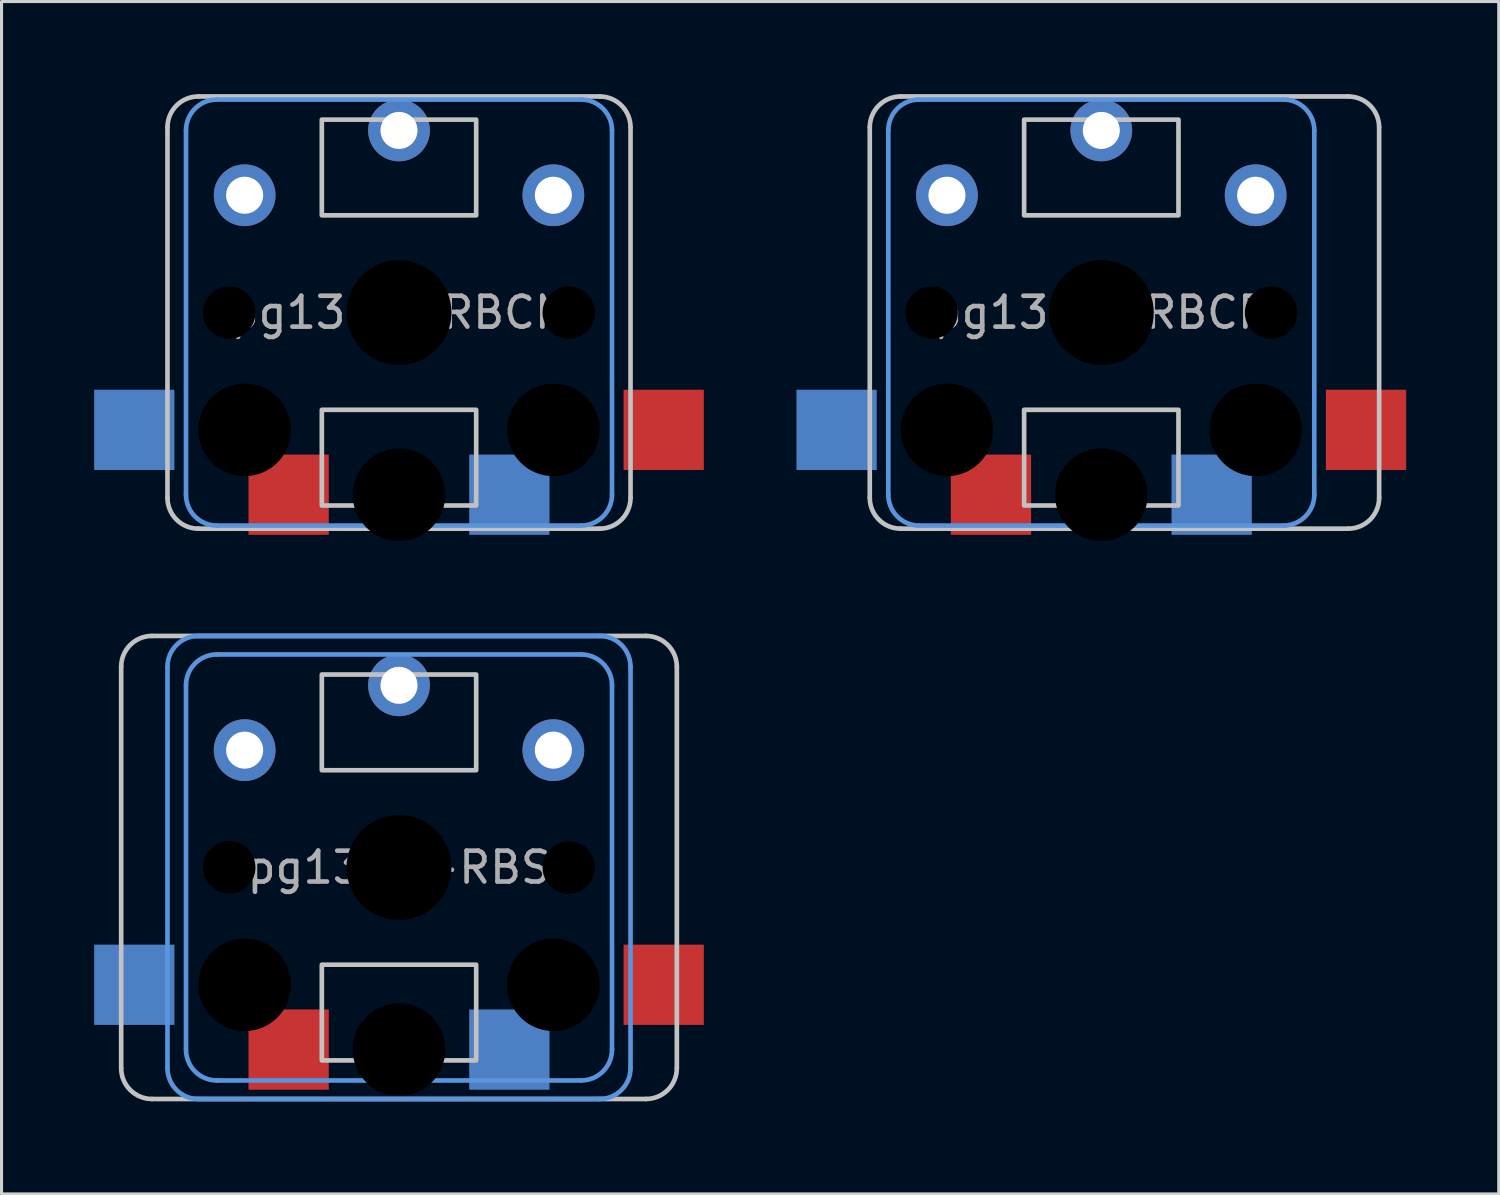
<source format=kicad_pcb>
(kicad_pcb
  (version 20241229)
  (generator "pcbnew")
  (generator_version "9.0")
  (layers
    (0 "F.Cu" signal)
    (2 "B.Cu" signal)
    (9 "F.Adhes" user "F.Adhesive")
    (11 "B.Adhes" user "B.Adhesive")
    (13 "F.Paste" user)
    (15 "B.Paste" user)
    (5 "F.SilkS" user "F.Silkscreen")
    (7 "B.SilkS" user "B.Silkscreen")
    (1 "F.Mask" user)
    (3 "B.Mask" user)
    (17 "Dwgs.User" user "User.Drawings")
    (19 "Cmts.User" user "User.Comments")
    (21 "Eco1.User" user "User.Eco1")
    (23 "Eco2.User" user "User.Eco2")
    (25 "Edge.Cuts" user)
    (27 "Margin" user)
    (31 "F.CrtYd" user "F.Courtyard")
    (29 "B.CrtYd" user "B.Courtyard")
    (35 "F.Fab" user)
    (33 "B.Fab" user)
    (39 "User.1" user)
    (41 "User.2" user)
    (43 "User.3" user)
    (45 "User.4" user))
  (footprint "pg1350-RBS"
    (layer "F.Cu")
    (at 9.875 25.05)
    (property "Reference" "pg1350-RBS" (at 0 0 0) (layer "F.Fab") (effects (font (size 1 1) (thickness 0.15))))
    (attr through_hole)
    (fp_line (start -9 6.5) (end -9 -6.5) (stroke (width 0.15) (type solid)) (layer "Dwgs.User"))
    (fp_line (start -8 -7.5) (end 8 -7.5) (stroke (width 0.15) (type solid)) (layer "Dwgs.User"))
    (fp_line (start 8 7.5) (end -8 7.5) (stroke (width 0.15) (type solid)) (layer "Dwgs.User"))
    (fp_line (start 9 -6.5) (end 9 6.5) (stroke (width 0.15) (type solid)) (layer "Dwgs.User"))
    (fp_rect (start 2.5 -6.25) (end -2.5 -3.15) (stroke (width 0.15) (type solid)) (fill no) (layer "Dwgs.User"))
    (fp_rect (start 2.5 6.25) (end -2.5 3.15) (stroke (width 0.15) (type solid)) (fill no) (layer "Dwgs.User"))
    (fp_arc (start -9 -6.5) (mid -8.707107 -7.207107) (end -8 -7.5) (stroke (width 0.15) (type solid)) (layer "Dwgs.User"))
    (fp_arc (start -8 7.5) (mid -8.707107 7.207107) (end -9 6.5) (stroke (width 0.15) (type solid)) (layer "Dwgs.User"))
    (fp_arc (start 8 -7.5) (mid 8.707107 -7.207107) (end 9 -6.5) (stroke (width 0.15) (type solid)) (layer "Dwgs.User"))
    (fp_arc (start 9 6.5) (mid 8.707107 7.207107) (end 8 7.5) (stroke (width 0.15) (type solid)) (layer "Dwgs.User"))
    (fp_line (start -7.5 6.5) (end -7.5 -6.5) (stroke (width 0.15) (type solid)) (layer "Cmts.User"))
    (fp_line (start -6.9 5.9) (end -6.9 -5.9) (stroke (width 0.15) (type solid)) (layer "Cmts.User"))
    (fp_line (start -6.5 -7.5) (end 6.5 -7.5) (stroke (width 0.15) (type solid)) (layer "Cmts.User"))
    (fp_line (start -5.9 -6.9) (end 5.9 -6.9) (stroke (width 0.15) (type solid)) (layer "Cmts.User"))
    (fp_line (start 5.9 6.9) (end -5.9 6.9) (stroke (width 0.15) (type solid)) (layer "Cmts.User"))
    (fp_line (start 6.5 7.5) (end -6.5 7.5) (stroke (width 0.15) (type solid)) (layer "Cmts.User"))
    (fp_line (start 6.9 -5.9) (end 6.9 5.9) (stroke (width 0.15) (type solid)) (layer "Cmts.User"))
    (fp_line (start 7.5 -6.5) (end 7.5 6.5) (stroke (width 0.15) (type solid)) (layer "Cmts.User"))
    (fp_arc (start -7.5 -6.5) (mid -7.207107 -7.207107) (end -6.5 -7.5) (stroke (width 0.15) (type solid)) (layer "Cmts.User"))
    (fp_arc (start -6.9 -5.9) (mid -6.607107 -6.607107) (end -5.9 -6.9) (stroke (width 0.15) (type solid)) (layer "Cmts.User"))
    (fp_arc (start -6.5 7.5) (mid -7.207107 7.207107) (end -7.5 6.5) (stroke (width 0.15) (type solid)) (layer "Cmts.User"))
    (fp_arc (start -5.9 6.9) (mid -6.607107 6.607107) (end -6.9 5.9) (stroke (width 0.15) (type solid)) (layer "Cmts.User"))
    (fp_arc (start 5.9 -6.9) (mid 6.607107 -6.607107) (end 6.9 -5.9) (stroke (width 0.15) (type solid)) (layer "Cmts.User"))
    (fp_arc (start 6.5 -7.5) (mid 7.207107 -7.207107) (end 7.5 -6.5) (stroke (width 0.15) (type solid)) (layer "Cmts.User"))
    (fp_arc (start 6.9 5.9) (mid 6.607107 6.607107) (end 5.9 6.9) (stroke (width 0.15) (type solid)) (layer "Cmts.User"))
    (fp_arc (start 7.5 6.5) (mid 7.207107 7.207107) (end 6.5 7.5) (stroke (width 0.15) (type solid)) (layer "Cmts.User"))
    (pad "" np_thru_hole circle (at -5.5 0) (size 1.7 1.7) (drill 1.7) (layers "*.Mask"))
    (pad "" np_thru_hole circle (at -5 3.8 180) (size 3 3) (drill 3) (layers "*.Mask"))
    (pad "" np_thru_hole circle (at 0 0) (size 3.4 3.4) (drill 3.4) (layers "*.Mask"))
    (pad "" np_thru_hole circle (at 0 5.9 180) (size 3 3) (drill 3) (layers "*.Mask"))
    (pad "" np_thru_hole circle (at 5 3.8 180) (size 3 3) (drill 3) (layers "*.Mask"))
    (pad "" np_thru_hole circle (at 5.5 0) (size 1.7 1.7) (drill 1.7) (layers "*.Mask"))
    (pad "1" smd rect (at -3.575 5.9 180) (size 2.6 2.6) (layers "F.Cu" "F.Mask"))
    (pad "1" thru_hole circle (at 0 -5.9) (size 2 2) (drill 1.2) (layers "*.Cu" "*.Mask"))
    (pad "1" smd rect (at 3.575 5.9 180) (size 2.6 2.6) (layers "B.Cu" "B.Mask"))
    (pad "2" smd rect (at -8.575 3.8 180) (size 2.6 2.6) (layers "B.Cu" "B.Mask"))
    (pad "2" thru_hole circle (at -5 -3.8) (size 2 2) (drill 1.2) (layers "*.Cu" "F.Mask"))
    (pad "2" thru_hole circle (at 5 -3.8) (size 2 2) (drill 1.2) (layers "*.Cu" "B.Mask"))
    (pad "2" smd rect (at 8.575 3.8 180) (size 2.6 2.6) (layers "F.Cu" "F.Mask")))
  (footprint "pg1350-RBCR"
    (layer "F.Cu")
    (at 32.625 7.075)
    (property "Reference" "pg1350-RBCR" (at 0 0 0) (layer "F.Fab") (effects (font (size 1 1) (thickness 0.15))))
    (attr through_hole)
    (fp_line (start -7.5 6) (end -7.5 -6) (stroke (width 0.15) (type solid)) (layer "Dwgs.User"))
    (fp_line (start -6.5 -7) (end 8 -7) (stroke (width 0.15) (type solid)) (layer "Dwgs.User"))
    (fp_line (start 8 7) (end -6.5 7) (stroke (width 0.15) (type solid)) (layer "Dwgs.User"))
    (fp_line (start 9 -6) (end 9 6) (stroke (width 0.15) (type solid)) (layer "Dwgs.User"))
    (fp_rect (start 2.5 -6.25) (end -2.5 -3.15) (stroke (width 0.15) (type solid)) (fill no) (layer "Dwgs.User"))
    (fp_rect (start 2.5 6.25) (end -2.5 3.15) (stroke (width 0.15) (type solid)) (fill no) (layer "Dwgs.User"))
    (fp_arc (start -7.5 -6) (mid -7.207107 -6.707107) (end -6.5 -7) (stroke (width 0.15) (type solid)) (layer "Dwgs.User"))
    (fp_arc (start -6.5 7) (mid -7.207107 6.707107) (end -7.5 6) (stroke (width 0.15) (type solid)) (layer "Dwgs.User"))
    (fp_arc (start 8 -7) (mid 8.707107 -6.707107) (end 9 -6) (stroke (width 0.15) (type solid)) (layer "Dwgs.User"))
    (fp_arc (start 9 6) (mid 8.707107 6.707107) (end 8 7) (stroke (width 0.15) (type solid)) (layer "Dwgs.User"))
    (fp_line (start -6.9 5.9) (end -6.9 -5.9) (stroke (width 0.15) (type solid)) (layer "Cmts.User"))
    (fp_line (start -5.9 -6.9) (end 5.9 -6.9) (stroke (width 0.15) (type solid)) (layer "Cmts.User"))
    (fp_line (start 5.9 6.9) (end -5.9 6.9) (stroke (width 0.15) (type solid)) (layer "Cmts.User"))
    (fp_line (start 6.9 -5.9) (end 6.9 5.9) (stroke (width 0.15) (type solid)) (layer "Cmts.User"))
    (fp_arc (start -6.9 -5.9) (mid -6.607107 -6.607107) (end -5.9 -6.9) (stroke (width 0.15) (type solid)) (layer "Cmts.User"))
    (fp_arc (start -5.9 6.9) (mid -6.607107 6.607107) (end -6.9 5.9) (stroke (width 0.15) (type solid)) (layer "Cmts.User"))
    (fp_arc (start 5.9 -6.9) (mid 6.607107 -6.607107) (end 6.9 -5.9) (stroke (width 0.15) (type solid)) (layer "Cmts.User"))
    (fp_arc (start 6.9 5.9) (mid 6.607107 6.607107) (end 5.9 6.9) (stroke (width 0.15) (type solid)) (layer "Cmts.User"))
    (pad "" np_thru_hole circle (at -5.5 0) (size 1.7 1.7) (drill 1.7) (layers "*.Mask"))
    (pad "" np_thru_hole circle (at -5 3.8 180) (size 3 3) (drill 3) (layers "*.Mask"))
    (pad "" np_thru_hole circle (at 0 0) (size 3.4 3.4) (drill 3.4) (layers "*.Mask"))
    (pad "" np_thru_hole circle (at 0 5.9 180) (size 3 3) (drill 3) (layers "*.Mask"))
    (pad "" np_thru_hole circle (at 5 3.8 180) (size 3 3) (drill 3) (layers "*.Mask"))
    (pad "" np_thru_hole circle (at 5.5 0) (size 1.7 1.7) (drill 1.7) (layers "*.Mask"))
    (pad "1" smd rect (at -3.575 5.9 180) (size 2.6 2.6) (layers "F.Cu" "F.Mask"))
    (pad "1" thru_hole circle (at 0 -5.9) (size 2 2) (drill 1.2) (layers "*.Cu" "*.Mask"))
    (pad "1" smd rect (at 3.575 5.9 180) (size 2.6 2.6) (layers "B.Cu" "B.Mask"))
    (pad "2" smd rect (at -8.575 3.8 180) (size 2.6 2.6) (layers "B.Cu" "B.Mask"))
    (pad "2" thru_hole circle (at -5 -3.8) (size 2 2) (drill 1.2) (layers "*.Cu" "F.Mask"))
    (pad "2" thru_hole circle (at 5 -3.8) (size 2 2) (drill 1.2) (layers "*.Cu" "B.Mask"))
    (pad "2" smd rect (at 8.575 3.8 180) (size 2.6 2.6) (layers "F.Cu" "F.Mask")))
  (footprint "pg1350-RBCN"
    (layer "F.Cu")
    (at 9.875 7.075)
    (property "Reference" "pg1350-RBCN" (at 0 0 0) (layer "F.Fab") (effects (font (size 1 1) (thickness 0.15))))
    (attr through_hole)
    (fp_line (start -7.5 6) (end -7.5 -6) (stroke (width 0.15) (type solid)) (layer "Dwgs.User"))
    (fp_line (start -6.5 -7) (end 6.5 -7) (stroke (width 0.15) (type solid)) (layer "Dwgs.User"))
    (fp_line (start 6.5 7) (end -6.5 7) (stroke (width 0.15) (type solid)) (layer "Dwgs.User"))
    (fp_line (start 7.5 -6) (end 7.5 6) (stroke (width 0.15) (type solid)) (layer "Dwgs.User"))
    (fp_rect (start 2.5 -6.25) (end -2.5 -3.15) (stroke (width 0.15) (type solid)) (fill no) (layer "Dwgs.User"))
    (fp_rect (start 2.5 6.25) (end -2.5 3.15) (stroke (width 0.15) (type solid)) (fill no) (layer "Dwgs.User"))
    (fp_arc (start -7.5 -6) (mid -7.207107 -6.707107) (end -6.5 -7) (stroke (width 0.15) (type solid)) (layer "Dwgs.User"))
    (fp_arc (start -6.5 7) (mid -7.207107 6.707107) (end -7.5 6) (stroke (width 0.15) (type solid)) (layer "Dwgs.User"))
    (fp_arc (start 6.5 -7) (mid 7.207107 -6.707107) (end 7.5 -6) (stroke (width 0.15) (type solid)) (layer "Dwgs.User"))
    (fp_arc (start 7.5 6) (mid 7.207107 6.707107) (end 6.5 7) (stroke (width 0.15) (type solid)) (layer "Dwgs.User"))
    (fp_line (start -6.9 5.9) (end -6.9 -5.9) (stroke (width 0.15) (type solid)) (layer "Cmts.User"))
    (fp_line (start -5.9 -6.9) (end 5.9 -6.9) (stroke (width 0.15) (type solid)) (layer "Cmts.User"))
    (fp_line (start 5.9 6.9) (end -5.9 6.9) (stroke (width 0.15) (type solid)) (layer "Cmts.User"))
    (fp_line (start 6.9 -5.9) (end 6.9 5.9) (stroke (width 0.15) (type solid)) (layer "Cmts.User"))
    (fp_arc (start -6.9 -5.9) (mid -6.607107 -6.607107) (end -5.9 -6.9) (stroke (width 0.15) (type solid)) (layer "Cmts.User"))
    (fp_arc (start -5.9 6.9) (mid -6.607107 6.607107) (end -6.9 5.9) (stroke (width 0.15) (type solid)) (layer "Cmts.User"))
    (fp_arc (start 5.9 -6.9) (mid 6.607107 -6.607107) (end 6.9 -5.9) (stroke (width 0.15) (type solid)) (layer "Cmts.User"))
    (fp_arc (start 6.9 5.9) (mid 6.607107 6.607107) (end 5.9 6.9) (stroke (width 0.15) (type solid)) (layer "Cmts.User"))
    (pad "" np_thru_hole circle (at -5.5 0) (size 1.7 1.7) (drill 1.7) (layers "*.Mask"))
    (pad "" np_thru_hole circle (at -5 3.8 180) (size 3 3) (drill 3) (layers "*.Mask"))
    (pad "" np_thru_hole circle (at 0 0) (size 3.4 3.4) (drill 3.4) (layers "*.Mask"))
    (pad "" np_thru_hole circle (at 0 5.9 180) (size 3 3) (drill 3) (layers "*.Mask"))
    (pad "" np_thru_hole circle (at 5 3.8 180) (size 3 3) (drill 3) (layers "*.Mask"))
    (pad "" np_thru_hole circle (at 5.5 0) (size 1.7 1.7) (drill 1.7) (layers "*.Mask"))
    (pad "1" smd rect (at -3.575 5.9 180) (size 2.6 2.6) (layers "F.Cu" "F.Mask"))
    (pad "1" thru_hole circle (at 0 -5.9) (size 2 2) (drill 1.2) (layers "*.Cu" "*.Mask"))
    (pad "1" smd rect (at 3.575 5.9 180) (size 2.6 2.6) (layers "B.Cu" "B.Mask"))
    (pad "2" smd rect (at -8.575 3.8 180) (size 2.6 2.6) (layers "B.Cu" "B.Mask"))
    (pad "2" thru_hole circle (at -5 -3.8) (size 2 2) (drill 1.2) (layers "*.Cu" "F.Mask"))
    (pad "2" thru_hole circle (at 5 -3.8) (size 2 2) (drill 1.2) (layers "*.Cu" "B.Mask"))
    (pad "2" smd rect (at 8.575 3.8 180) (size 2.6 2.6) (layers "F.Cu" "F.Mask")))
  (gr_rect
    (start -3 -3)
    (end 45.5 35.625)
    (stroke (width 0.1) (type default))
    (fill no)
    (layer "Edge.Cuts")))
</source>
